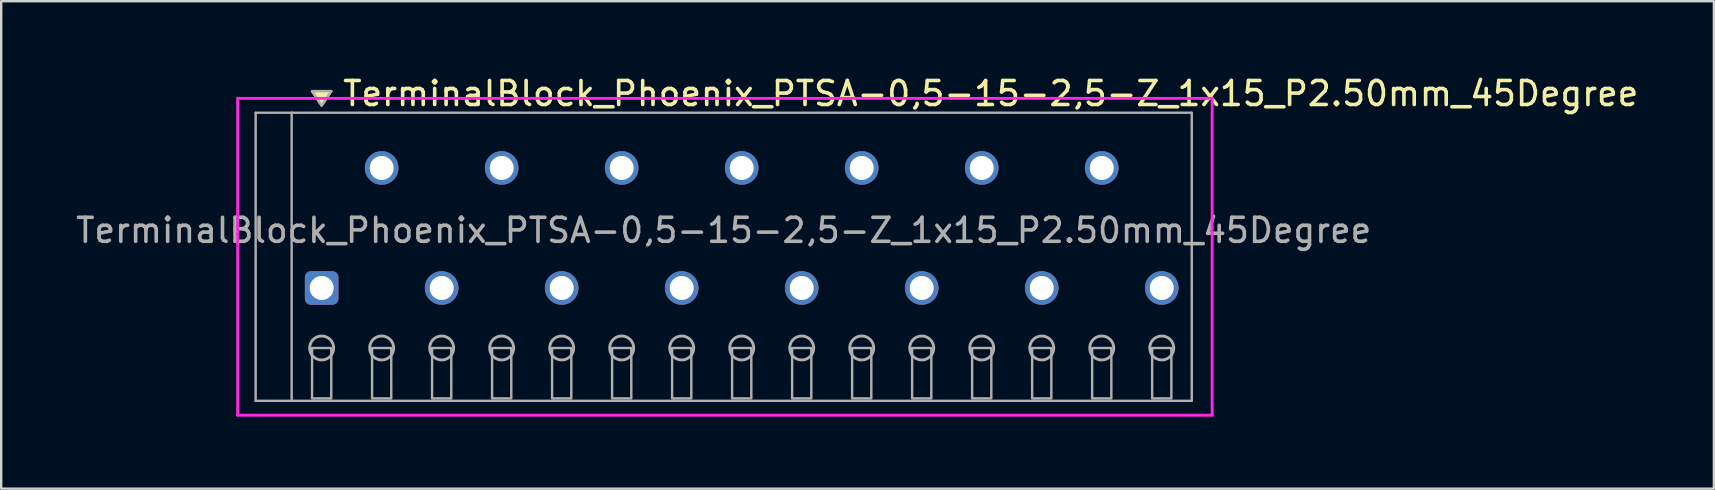
<source format=kicad_pcb>
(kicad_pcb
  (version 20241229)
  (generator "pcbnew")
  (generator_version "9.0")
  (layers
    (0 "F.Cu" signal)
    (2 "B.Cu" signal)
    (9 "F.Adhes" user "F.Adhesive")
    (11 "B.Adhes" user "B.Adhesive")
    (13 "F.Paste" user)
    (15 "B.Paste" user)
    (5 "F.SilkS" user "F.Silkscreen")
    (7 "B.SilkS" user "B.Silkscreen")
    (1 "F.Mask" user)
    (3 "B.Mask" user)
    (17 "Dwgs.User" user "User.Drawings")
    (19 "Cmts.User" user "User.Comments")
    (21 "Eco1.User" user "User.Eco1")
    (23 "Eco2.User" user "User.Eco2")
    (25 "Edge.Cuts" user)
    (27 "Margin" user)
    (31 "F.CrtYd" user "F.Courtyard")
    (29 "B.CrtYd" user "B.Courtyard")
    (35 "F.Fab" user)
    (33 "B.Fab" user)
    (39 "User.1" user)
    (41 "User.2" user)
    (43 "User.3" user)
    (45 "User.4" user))
  (footprint "TerminalBlock_Phoenix_PTSA-0,5-15-2,5-Z_1x15_P2.50mm_45Degree"
    (layer "F.Cu")
    (at 10.351 8.948)
    (property "Reference" "TerminalBlock_Phoenix_PTSA-0,5-15-2,5-Z_1x15_P2.50mm_45Degree" (at 0.8 -8.1 0) (layer "F.SilkS") (effects (font (size 1 1) (thickness 0.15)) (justify left)))
    (attr through_hole)
    (fp_poly (pts (xy 0 -7.6) (xy -0.4 -8.2) (xy 0.4 -8.2)) (stroke (width 0.1) (type solid)) (fill yes) (layer "F.SilkS"))
    (fp_line (start -3.5 -7.9) (end 37.1 -7.9) (stroke (width 0.12) (type solid)) (layer "F.CrtYd"))
    (fp_line (start -3.5 5.3) (end -3.5 -7.9) (stroke (width 0.12) (type solid)) (layer "F.CrtYd"))
    (fp_line (start 37.1 -7.9) (end 37.1 5.3) (stroke (width 0.12) (type solid)) (layer "F.CrtYd"))
    (fp_line (start 37.1 5.3) (end -3.5 5.3) (stroke (width 0.12) (type solid)) (layer "F.CrtYd"))
    (fp_line (start -2.75 -7.3) (end -1.25 -7.3) (stroke (width 0.1) (type solid)) (layer "F.Fab"))
    (fp_line (start -2.75 4.7) (end -2.75 -7.3) (stroke (width 0.1) (type solid)) (layer "F.Fab"))
    (fp_line (start -1.25 -7.3) (end -1.25 4.7) (stroke (width 0.1) (type solid)) (layer "F.Fab"))
    (fp_line (start -1.25 4.7) (end -2.75 4.7) (stroke (width 0.1) (type solid)) (layer "F.Fab"))
    (fp_line (start -1.25 4.7) (end 36.25 4.7) (stroke (width 0.1) (type solid)) (layer "F.Fab"))
    (fp_line (start 36.25 -7.3) (end -1.25 -7.3) (stroke (width 0.1) (type solid)) (layer "F.Fab"))
    (fp_line (start 36.25 4.7) (end 36.25 -7.3) (stroke (width 0.1) (type solid)) (layer "F.Fab"))
    (fp_circle (center 0 2.5) (end -0.5 2.5) (stroke (width 0.12) (type solid)) (fill no) (layer "F.Fab"))
    (fp_circle (center 2.5 2.5) (end 2 2.5) (stroke (width 0.12) (type solid)) (fill no) (layer "F.Fab"))
    (fp_circle (center 5 2.5) (end 4.5 2.5) (stroke (width 0.12) (type solid)) (fill no) (layer "F.Fab"))
    (fp_circle (center 7.5 2.5) (end 7 2.5) (stroke (width 0.12) (type solid)) (fill no) (layer "F.Fab"))
    (fp_circle (center 10 2.5) (end 9.5 2.5) (stroke (width 0.12) (type solid)) (fill no) (layer "F.Fab"))
    (fp_circle (center 12.5 2.5) (end 12 2.5) (stroke (width 0.12) (type solid)) (fill no) (layer "F.Fab"))
    (fp_circle (center 15 2.5) (end 14.5 2.5) (stroke (width 0.12) (type solid)) (fill no) (layer "F.Fab"))
    (fp_circle (center 17.5 2.5) (end 17 2.5) (stroke (width 0.12) (type solid)) (fill no) (layer "F.Fab"))
    (fp_circle (center 20 2.5) (end 19.5 2.5) (stroke (width 0.12) (type solid)) (fill no) (layer "F.Fab"))
    (fp_circle (center 22.5 2.5) (end 22 2.5) (stroke (width 0.12) (type solid)) (fill no) (layer "F.Fab"))
    (fp_circle (center 25 2.5) (end 24.5 2.5) (stroke (width 0.12) (type solid)) (fill no) (layer "F.Fab"))
    (fp_circle (center 27.5 2.5) (end 27 2.5) (stroke (width 0.12) (type solid)) (fill no) (layer "F.Fab"))
    (fp_circle (center 30 2.5) (end 29.5 2.5) (stroke (width 0.12) (type solid)) (fill no) (layer "F.Fab"))
    (fp_circle (center 32.5 2.5) (end 32 2.5) (stroke (width 0.12) (type solid)) (fill no) (layer "F.Fab"))
    (fp_circle (center 35 2.5) (end 34.5 2.5) (stroke (width 0.12) (type solid)) (fill no) (layer "F.Fab"))
    (fp_poly (pts (xy 0 -7.6) (xy -0.4 -8.2) (xy 0.4 -8.2)) (stroke (width 0.1) (type solid)) (fill no) (layer "F.Fab"))
    (fp_poly (pts (xy -0.4 2.5) (xy -0.4 4.6) (xy 0.4 4.6) (xy 0.4 2.5)) (stroke (width 0.1) (type solid)) (fill no) (layer "F.Fab"))
    (fp_poly (pts (xy 2.1 2.5) (xy 2.1 4.6) (xy 2.9 4.6) (xy 2.9 2.5)) (stroke (width 0.1) (type solid)) (fill no) (layer "F.Fab"))
    (fp_poly (pts (xy 4.6 2.5) (xy 4.6 4.6) (xy 5.4 4.6) (xy 5.4 2.5)) (stroke (width 0.1) (type solid)) (fill no) (layer "F.Fab"))
    (fp_poly (pts (xy 7.1 2.5) (xy 7.1 4.6) (xy 7.9 4.6) (xy 7.9 2.5)) (stroke (width 0.1) (type solid)) (fill no) (layer "F.Fab"))
    (fp_poly (pts (xy 9.6 2.5) (xy 9.6 4.6) (xy 10.4 4.6) (xy 10.4 2.5)) (stroke (width 0.1) (type solid)) (fill no) (layer "F.Fab"))
    (fp_poly (pts (xy 12.1 2.5) (xy 12.1 4.6) (xy 12.9 4.6) (xy 12.9 2.5)) (stroke (width 0.1) (type solid)) (fill no) (layer "F.Fab"))
    (fp_poly (pts (xy 14.6 2.5) (xy 14.6 4.6) (xy 15.4 4.6) (xy 15.4 2.5)) (stroke (width 0.1) (type solid)) (fill no) (layer "F.Fab"))
    (fp_poly (pts (xy 17.1 2.5) (xy 17.1 4.6) (xy 17.9 4.6) (xy 17.9 2.5)) (stroke (width 0.1) (type solid)) (fill no) (layer "F.Fab"))
    (fp_poly (pts (xy 19.6 2.5) (xy 19.6 4.6) (xy 20.4 4.6) (xy 20.4 2.5)) (stroke (width 0.1) (type solid)) (fill no) (layer "F.Fab"))
    (fp_poly (pts (xy 22.1 2.5) (xy 22.1 4.6) (xy 22.9 4.6) (xy 22.9 2.5)) (stroke (width 0.1) (type solid)) (fill no) (layer "F.Fab"))
    (fp_poly (pts (xy 24.6 2.5) (xy 24.6 4.6) (xy 25.4 4.6) (xy 25.4 2.5)) (stroke (width 0.1) (type solid)) (fill no) (layer "F.Fab"))
    (fp_poly (pts (xy 27.1 2.5) (xy 27.1 4.6) (xy 27.9 4.6) (xy 27.9 2.5)) (stroke (width 0.1) (type solid)) (fill no) (layer "F.Fab"))
    (fp_poly (pts (xy 29.6 2.5) (xy 29.6 4.6) (xy 30.4 4.6) (xy 30.4 2.5)) (stroke (width 0.1) (type solid)) (fill no) (layer "F.Fab"))
    (fp_poly (pts (xy 32.1 2.5) (xy 32.1 4.6) (xy 32.9 4.6) (xy 32.9 2.5)) (stroke (width 0.1) (type solid)) (fill no) (layer "F.Fab"))
    (fp_poly (pts (xy 34.6 2.5) (xy 34.6 4.6) (xy 35.4 4.6) (xy 35.4 2.5)) (stroke (width 0.1) (type solid)) (fill no) (layer "F.Fab"))
    (fp_text user "${REFERENCE}" (at 16.75 -2.4 0) (layer "F.Fab") (effects (font (size 1 1) (thickness 0.15))))
    (pad "1" thru_hole roundrect (at 0 0) (size 1.4 1.4) (drill 1) (layers "*.Cu" "*.Mask") (roundrect_rratio 0.179))
    (pad "2" thru_hole oval (at 2.5 -5) (size 1.4 1.4) (drill 1) (layers "*.Cu" "*.Mask"))
    (pad "3" thru_hole oval (at 5 0) (size 1.4 1.4) (drill 1) (layers "*.Cu" "*.Mask"))
    (pad "4" thru_hole oval (at 7.5 -5) (size 1.4 1.4) (drill 1) (layers "*.Cu" "*.Mask"))
    (pad "5" thru_hole oval (at 10 0) (size 1.4 1.4) (drill 1) (layers "*.Cu" "*.Mask"))
    (pad "6" thru_hole oval (at 12.5 -5) (size 1.4 1.4) (drill 1) (layers "*.Cu" "*.Mask"))
    (pad "7" thru_hole oval (at 15 0) (size 1.4 1.4) (drill 1) (layers "*.Cu" "*.Mask"))
    (pad "8" thru_hole oval (at 17.5 -5) (size 1.4 1.4) (drill 1) (layers "*.Cu" "*.Mask"))
    (pad "9" thru_hole oval (at 20 0) (size 1.4 1.4) (drill 1) (layers "*.Cu" "*.Mask"))
    (pad "10" thru_hole oval (at 22.5 -5) (size 1.4 1.4) (drill 1) (layers "*.Cu" "*.Mask"))
    (pad "11" thru_hole oval (at 25 0) (size 1.4 1.4) (drill 1) (layers "*.Cu" "*.Mask"))
    (pad "12" thru_hole oval (at 27.5 -5) (size 1.4 1.4) (drill 1) (layers "*.Cu" "*.Mask"))
    (pad "13" thru_hole oval (at 30 0) (size 1.4 1.4) (drill 1) (layers "*.Cu" "*.Mask"))
    (pad "14" thru_hole oval (at 32.5 -5) (size 1.4 1.4) (drill 1) (layers "*.Cu" "*.Mask"))
    (pad "15" thru_hole oval (at 35 0) (size 1.4 1.4) (drill 1) (layers "*.Cu" "*.Mask")))
  (gr_rect
    (start -3 -3)
    (end 68.354 17.308)
    (stroke (width 0.1) (type default))
    (fill no)
    (layer "Edge.Cuts")))
</source>
